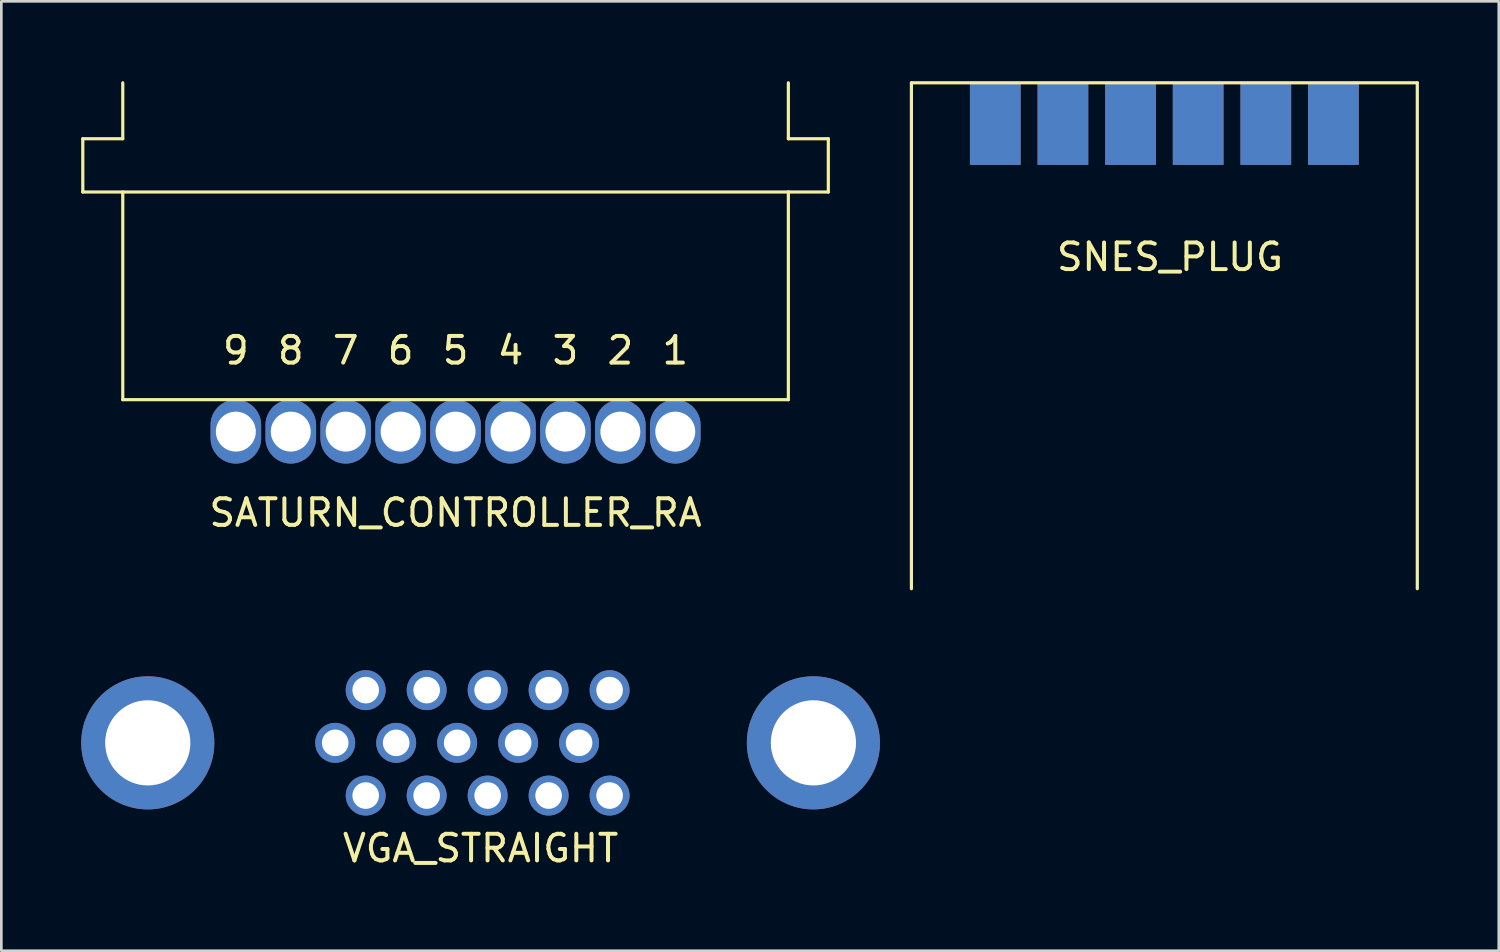
<source format=kicad_pcb>
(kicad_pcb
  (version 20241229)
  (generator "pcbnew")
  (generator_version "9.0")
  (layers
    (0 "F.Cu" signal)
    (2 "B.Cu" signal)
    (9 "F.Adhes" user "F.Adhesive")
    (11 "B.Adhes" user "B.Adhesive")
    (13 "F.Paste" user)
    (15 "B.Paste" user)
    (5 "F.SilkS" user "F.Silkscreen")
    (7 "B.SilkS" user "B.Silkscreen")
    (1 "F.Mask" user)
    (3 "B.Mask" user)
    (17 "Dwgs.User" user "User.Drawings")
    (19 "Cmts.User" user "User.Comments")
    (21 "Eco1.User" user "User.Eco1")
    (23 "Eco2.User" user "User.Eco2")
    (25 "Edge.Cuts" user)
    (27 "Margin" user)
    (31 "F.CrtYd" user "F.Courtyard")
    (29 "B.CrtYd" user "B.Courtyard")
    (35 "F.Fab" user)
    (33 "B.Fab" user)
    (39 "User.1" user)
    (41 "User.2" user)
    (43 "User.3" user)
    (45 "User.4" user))
  (footprint "SATURN_CONTROLLER_RA"
    (layer "F.Cu")
    (at 14.06 13.161)
    (property "Reference" "SATURN_CONTROLLER_RA" (at 0 3.048 0) (layer "F.SilkS") (effects (font (size 1 1) (thickness 0.15))))
    (attr through_hole)
    (fp_line (start -14 -11) (end -12.499 -11) (stroke (width 0.12) (type solid)) (layer "F.SilkS"))
    (fp_line (start -14 -9) (end -14 -11) (stroke (width 0.12) (type solid)) (layer "F.SilkS"))
    (fp_line (start -14 -9) (end 14 -9) (stroke (width 0.12) (type solid)) (layer "F.SilkS"))
    (fp_line (start -12.499 -11) (end -12.499 -13.101) (stroke (width 0.12) (type solid)) (layer "F.SilkS"))
    (fp_line (start -12.499 -1.2) (end -12.499 -9) (stroke (width 0.12) (type solid)) (layer "F.SilkS"))
    (fp_line (start -12.499 -1.2) (end 12.499 -1.2) (stroke (width 0.12) (type solid)) (layer "F.SilkS"))
    (fp_line (start 12.499 -11) (end 12.499 -13.101) (stroke (width 0.12) (type solid)) (layer "F.SilkS"))
    (fp_line (start 12.499 -1.2) (end 12.499 -9.005) (stroke (width 0.12) (type solid)) (layer "F.SilkS"))
    (fp_line (start 14 -11) (end 12.499 -11) (stroke (width 0.12) (type solid)) (layer "F.SilkS"))
    (fp_line (start 14 -9) (end 14 -11) (stroke (width 0.12) (type solid)) (layer "F.SilkS"))
    (fp_text user "7" (at -4.126 -3.048 0) (layer "F.SilkS") (effects (font (size 1 1) (thickness 0.15))))
    (fp_text user "8" (at -6.189 -3.048 0) (layer "F.SilkS") (effects (font (size 1 1) (thickness 0.15))))
    (fp_text user "4" (at 2.063 -3.048 0) (layer "F.SilkS") (effects (font (size 1 1) (thickness 0.15))))
    (fp_text user "9" (at -8.252 -3.048 0) (layer "F.SilkS") (effects (font (size 1 1) (thickness 0.15))))
    (fp_text user "2" (at 6.189 -3.048 0) (layer "F.SilkS") (effects (font (size 1 1) (thickness 0.15))))
    (fp_text user "3" (at 4.126 -3.048 0) (layer "F.SilkS") (effects (font (size 1 1) (thickness 0.15))))
    (fp_text user "6" (at -2.063 -3.048 0) (layer "F.SilkS") (effects (font (size 1 1) (thickness 0.15))))
    (fp_text user "5" (at 0 -3.048 0) (layer "F.SilkS") (effects (font (size 1 1) (thickness 0.15))))
    (fp_text user "1" (at 8.252 -3.048 0) (layer "F.SilkS") (effects (font (size 1 1) (thickness 0.15))))
    (pad "1" thru_hole oval (at 8.252 0) (size 1.9 2.4) (drill 1.5) (layers "*.Cu" "*.Mask"))
    (pad "2" thru_hole oval (at 6.189 0) (size 1.9 2.4) (drill 1.5) (layers "*.Cu" "*.Mask"))
    (pad "3" thru_hole oval (at 4.126 0) (size 1.9 2.4) (drill 1.5) (layers "*.Cu" "*.Mask"))
    (pad "4" thru_hole oval (at 2.063 0) (size 1.9 2.4) (drill 1.5) (layers "*.Cu" "*.Mask"))
    (pad "5" thru_hole oval (at 0 0) (size 1.9 2.4) (drill 1.5) (layers "*.Cu" "*.Mask"))
    (pad "6" thru_hole oval (at -2.063 0) (size 1.9 2.4) (drill 1.5) (layers "*.Cu" "*.Mask"))
    (pad "7" thru_hole oval (at -4.126 0) (size 1.9 2.4) (drill 1.5) (layers "*.Cu" "*.Mask"))
    (pad "8" thru_hole oval (at -6.189 0) (size 1.9 2.4) (drill 1.5) (layers "*.Cu" "*.Mask"))
    (pad "9" thru_hole oval (at -8.252 0) (size 1.9 2.4) (drill 1.5) (layers "*.Cu" "*.Mask")))
  (footprint "SNES_PLUG"
    (layer "F.Cu")
    (at 40.681 1.602)
    (property "Reference" "SNES_PLUG" (at 0.211 5 0) (layer "F.SilkS") (effects (font (size 1 1) (thickness 0.15))))
    (attr through_hole)
    (fp_line (start -9.5 -1.542) (end -9.5 17.458) (stroke (width 0.12) (type solid)) (layer "F.SilkS"))
    (fp_line (start 9.5 -1.542) (end -9.5 -1.542) (stroke (width 0.12) (type solid)) (layer "F.SilkS"))
    (fp_line (start 9.5 17.458) (end 9.5 -1.542) (stroke (width 0.12) (type solid)) (layer "F.SilkS"))
    (pad "1" smd rect (at -6.35 0) (size 1.905 3.084) (layers "F.Cu" "F.Mask" "F.Paste"))
    (pad "2" smd rect (at -6.35 0) (size 1.905 3.084) (layers "B.Cu" "B.Mask" "B.Paste"))
    (pad "3" smd rect (at -3.81 0) (size 1.905 3.084) (layers "F.Cu" "F.Mask" "F.Paste"))
    (pad "4" smd rect (at -3.81 0) (size 1.905 3.084) (layers "B.Cu" "B.Mask" "B.Paste"))
    (pad "5" smd rect (at -1.27 0) (size 1.905 3.084) (layers "F.Cu" "F.Mask" "F.Paste"))
    (pad "6" smd rect (at -1.27 0) (size 1.905 3.084) (layers "B.Cu" "B.Mask" "B.Paste"))
    (pad "7" smd rect (at 1.27 0) (size 1.905 3.084) (layers "F.Cu" "F.Mask" "F.Paste"))
    (pad "8" smd rect (at 1.27 0) (size 1.905 3.084) (layers "B.Cu" "B.Mask" "B.Paste"))
    (pad "9" smd rect (at 3.81 0) (size 1.905 3.084) (layers "F.Cu" "F.Mask" "F.Paste"))
    (pad "10" smd rect (at 3.81 0) (size 1.905 3.084) (layers "B.Cu" "B.Mask" "B.Paste"))
    (pad "11" smd rect (at 6.35 0) (size 1.905 3.084) (layers "F.Cu" "F.Mask" "F.Paste"))
    (pad "12" smd rect (at 6.35 0) (size 1.905 3.084) (layers "B.Cu" "B.Mask" "B.Paste")))
  (footprint "VGA_STRAIGHT"
    (layer "F.Cu")
    (at 15 24.85)
    (property "Reference" "VGA_STRAIGHT" (at 0 3.96 0) (layer "F.SilkS") (effects (font (size 1 1) (thickness 0.15))))
    (attr through_hole)
    (pad "1" thru_hole circle (at -4.315 -1.98) (size 1.5 1.5) (drill 1) (layers "*.Cu" "*.Mask"))
    (pad "2" thru_hole circle (at -2.025 -1.98) (size 1.5 1.5) (drill 1) (layers "*.Cu" "*.Mask"))
    (pad "3" thru_hole circle (at 0.265 -1.98) (size 1.5 1.5) (drill 1) (layers "*.Cu" "*.Mask"))
    (pad "4" thru_hole circle (at 2.555 -1.98) (size 1.5 1.5) (drill 1) (layers "*.Cu" "*.Mask"))
    (pad "5" thru_hole circle (at 4.845 -1.98) (size 1.5 1.5) (drill 1) (layers "*.Cu" "*.Mask"))
    (pad "6" thru_hole circle (at -5.46 0) (size 1.5 1.5) (drill 1) (layers "*.Cu" "*.Mask"))
    (pad "7" thru_hole circle (at -3.17 0) (size 1.5 1.5) (drill 1) (layers "*.Cu" "*.Mask"))
    (pad "8" thru_hole circle (at -0.88 0) (size 1.5 1.5) (drill 1) (layers "*.Cu" "*.Mask"))
    (pad "9" thru_hole circle (at 1.41 0) (size 1.5 1.5) (drill 1) (layers "*.Cu" "*.Mask"))
    (pad "10" thru_hole circle (at 3.7 0) (size 1.5 1.5) (drill 1) (layers "*.Cu" "*.Mask"))
    (pad "11" thru_hole circle (at -4.315 1.98) (size 1.5 1.5) (drill 1) (layers "*.Cu" "*.Mask"))
    (pad "12" thru_hole circle (at -2.025 1.98) (size 1.5 1.5) (drill 1) (layers "*.Cu" "*.Mask"))
    (pad "13" thru_hole circle (at 0.265 1.98) (size 1.5 1.5) (drill 1) (layers "*.Cu" "*.Mask"))
    (pad "14" thru_hole circle (at 2.555 1.98) (size 1.5 1.5) (drill 1) (layers "*.Cu" "*.Mask"))
    (pad "15" thru_hole circle (at 4.845 1.98) (size 1.5 1.5) (drill 1) (layers "*.Cu" "*.Mask"))
    (pad "S" thru_hole circle (at -12.5 0) (size 5 5) (drill 3.2) (layers "*.Cu" "*.Mask"))
    (pad "S" thru_hole circle (at 12.5 0) (size 5 5) (drill 3.2) (layers "*.Cu" "*.Mask")))
  (gr_rect
    (start -3 -3)
    (end 53.241 32.658)
    (stroke (width 0.1) (type default))
    (fill no)
    (layer "Edge.Cuts")))
</source>
